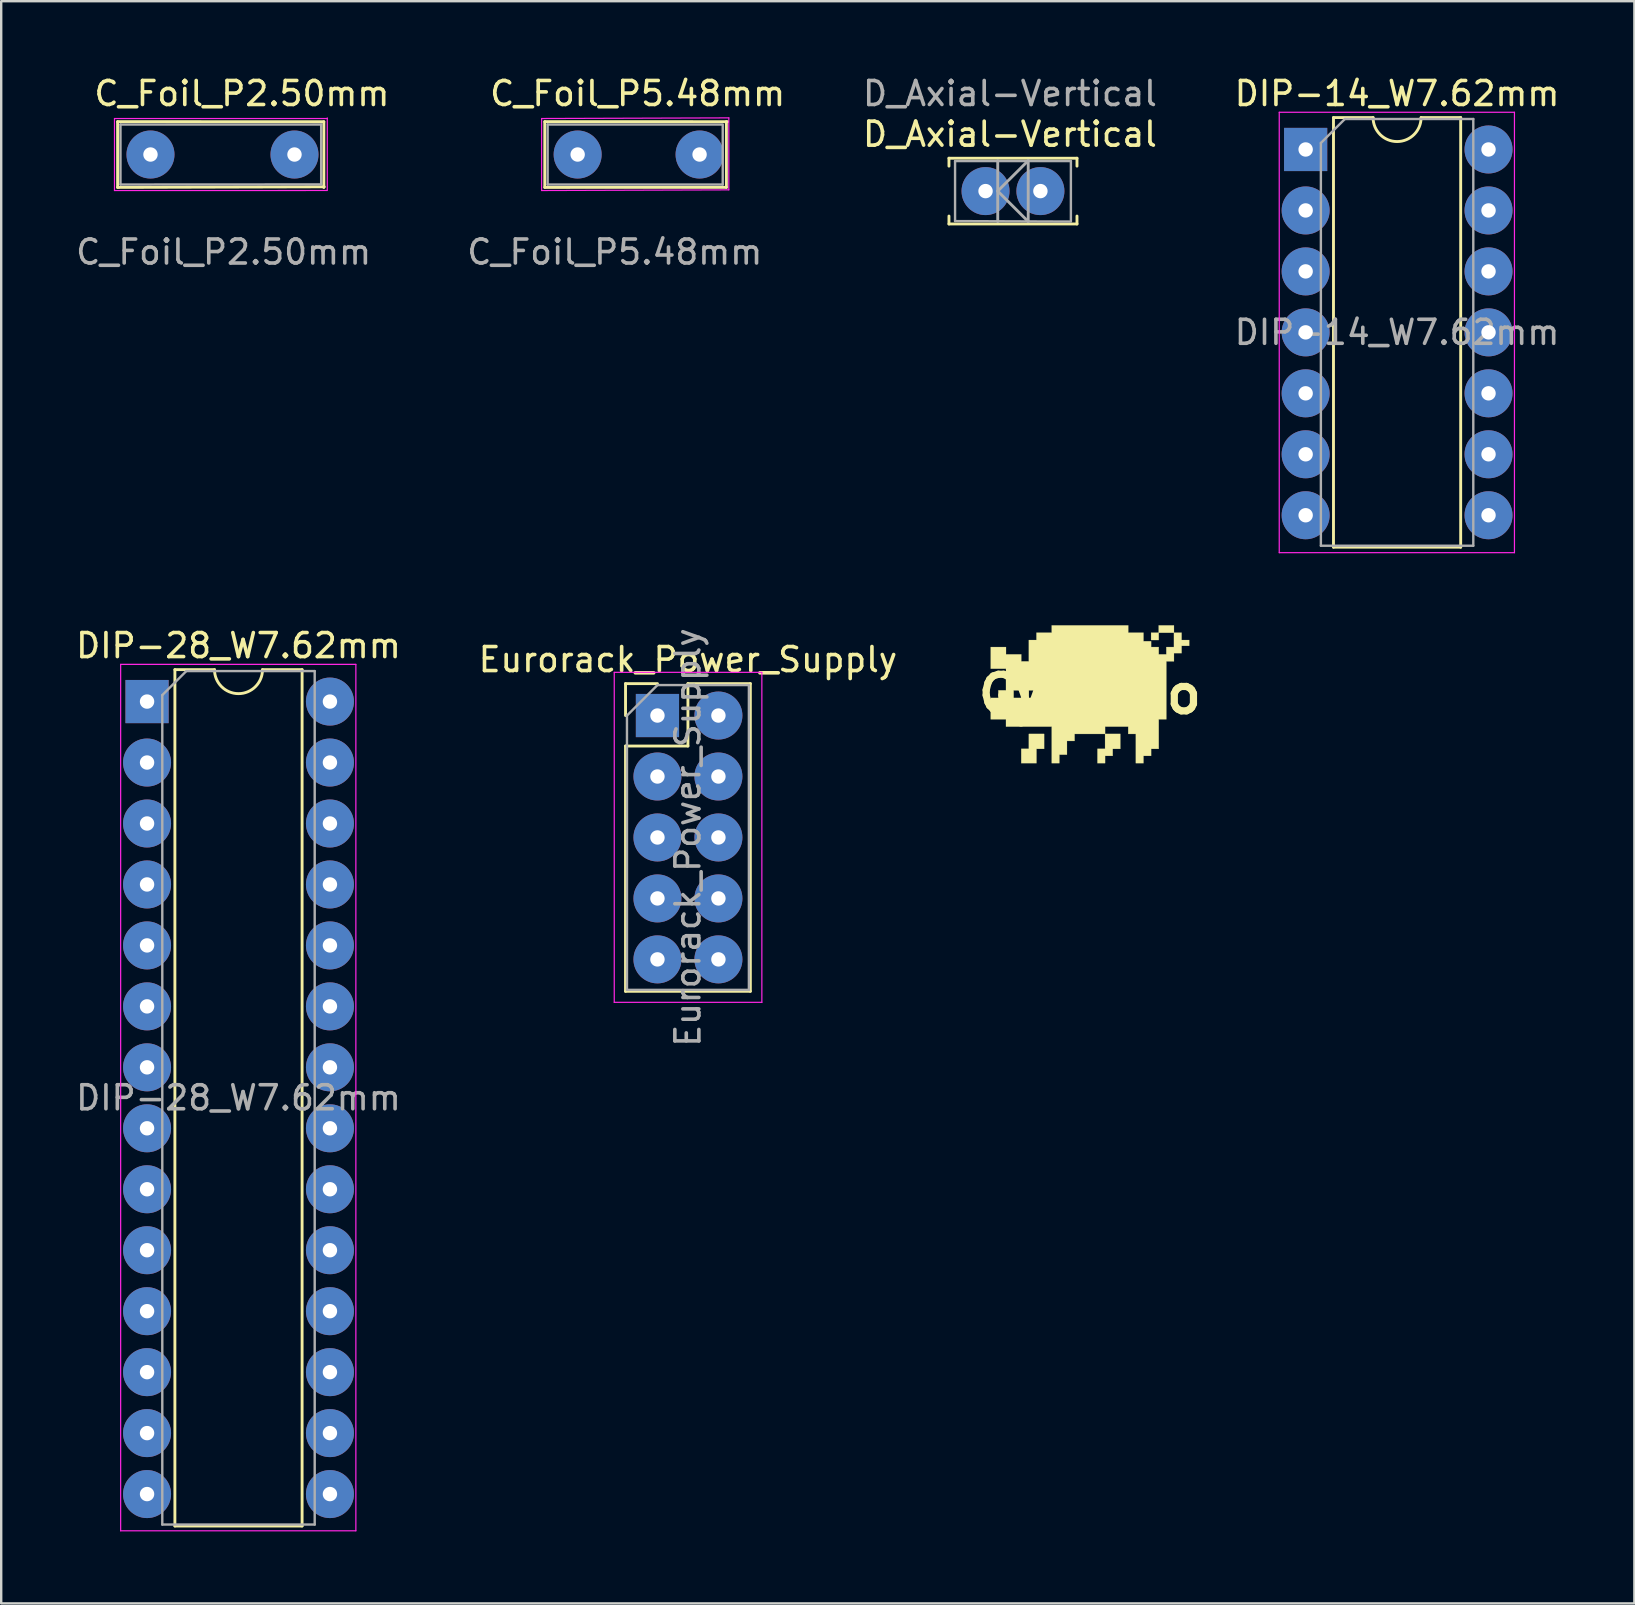
<source format=kicad_pcb>
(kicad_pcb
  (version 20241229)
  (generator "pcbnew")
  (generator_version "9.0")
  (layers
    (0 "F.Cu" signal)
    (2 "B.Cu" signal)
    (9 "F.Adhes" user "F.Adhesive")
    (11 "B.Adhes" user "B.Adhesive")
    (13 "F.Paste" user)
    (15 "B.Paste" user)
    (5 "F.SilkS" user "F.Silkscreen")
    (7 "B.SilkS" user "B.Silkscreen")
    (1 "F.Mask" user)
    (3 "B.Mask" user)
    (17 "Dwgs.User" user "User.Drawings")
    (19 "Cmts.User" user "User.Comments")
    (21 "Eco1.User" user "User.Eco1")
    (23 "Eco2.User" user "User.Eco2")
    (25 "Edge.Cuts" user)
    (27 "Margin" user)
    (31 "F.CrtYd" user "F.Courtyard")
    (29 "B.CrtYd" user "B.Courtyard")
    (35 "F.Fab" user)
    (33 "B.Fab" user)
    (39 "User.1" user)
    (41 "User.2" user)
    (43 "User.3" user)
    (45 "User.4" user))
  (footprint "Eurorack_Power_Supply"
    (layer "F.Cu")
    (at 24.343 26.763)
    (property "Reference" "Eurorack_Power_Supply" (at 1.27 -2.33 0) (layer "F.SilkS") (effects (font (size 1 1) (thickness 0.15))))
    (attr through_hole)
    (fp_line (start -1.33 -1.33) (end 0 -1.33) (stroke (width 0.12) (type solid)) (layer "F.SilkS"))
    (fp_line (start -1.33 0) (end -1.33 -1.33) (stroke (width 0.12) (type solid)) (layer "F.SilkS"))
    (fp_line (start -1.33 1.27) (end -1.33 11.49) (stroke (width 0.12) (type solid)) (layer "F.SilkS"))
    (fp_line (start -1.33 1.27) (end 1.27 1.27) (stroke (width 0.12) (type solid)) (layer "F.SilkS"))
    (fp_line (start -1.33 11.49) (end 3.87 11.49) (stroke (width 0.12) (type solid)) (layer "F.SilkS"))
    (fp_line (start 1.27 -1.33) (end 3.87 -1.33) (stroke (width 0.12) (type solid)) (layer "F.SilkS"))
    (fp_line (start 1.27 1.27) (end 1.27 -1.33) (stroke (width 0.12) (type solid)) (layer "F.SilkS"))
    (fp_line (start 3.87 -1.33) (end 3.87 11.49) (stroke (width 0.12) (type solid)) (layer "F.SilkS"))
    (fp_line (start -1.8 -1.8) (end -1.8 11.95) (stroke (width 0.05) (type solid)) (layer "F.CrtYd"))
    (fp_line (start -1.8 11.95) (end 4.35 11.95) (stroke (width 0.05) (type solid)) (layer "F.CrtYd"))
    (fp_line (start 4.35 -1.8) (end -1.8 -1.8) (stroke (width 0.05) (type solid)) (layer "F.CrtYd"))
    (fp_line (start 4.35 11.95) (end 4.35 -1.8) (stroke (width 0.05) (type solid)) (layer "F.CrtYd"))
    (fp_line (start -1.27 0) (end 0 -1.27) (stroke (width 0.1) (type solid)) (layer "F.Fab"))
    (fp_line (start -1.27 11.43) (end -1.27 0) (stroke (width 0.1) (type solid)) (layer "F.Fab"))
    (fp_line (start 0 -1.27) (end 3.81 -1.27) (stroke (width 0.1) (type solid)) (layer "F.Fab"))
    (fp_line (start 3.81 -1.27) (end 3.81 11.43) (stroke (width 0.1) (type solid)) (layer "F.Fab"))
    (fp_line (start 3.81 11.43) (end -1.27 11.43) (stroke (width 0.1) (type solid)) (layer "F.Fab"))
    (fp_text user "${REFERENCE}" (at 1.27 5.08 90) (layer "F.Fab") (effects (font (size 1 1) (thickness 0.15))))
    (pad "1" thru_hole rect (at 0 0) (size 1.8 1.8) (drill 0.6) (layers "*.Cu" "*.Mask"))
    (pad "2" thru_hole oval (at 2.54 0) (size 2 2) (drill 0.6) (layers "*.Cu" "*.Mask"))
    (pad "3" thru_hole oval (at 0 2.54) (size 2 2) (drill 0.6) (layers "*.Cu" "*.Mask"))
    (pad "4" thru_hole oval (at 2.54 2.54) (size 2 2) (drill 0.6) (layers "*.Cu" "*.Mask"))
    (pad "5" thru_hole oval (at 0 5.08) (size 2 2) (drill 0.6) (layers "*.Cu" "*.Mask"))
    (pad "6" thru_hole oval (at 2.54 5.08) (size 2 2) (drill 0.6) (layers "*.Cu" "*.Mask"))
    (pad "7" thru_hole oval (at 0 7.62) (size 2 2) (drill 0.6) (layers "*.Cu" "*.Mask"))
    (pad "8" thru_hole oval (at 2.54 7.62) (size 2 2) (drill 0.6) (layers "*.Cu" "*.Mask"))
    (pad "9" thru_hole oval (at 0 10.16) (size 2 2) (drill 0.6) (layers "*.Cu" "*.Mask"))
    (pad "10" thru_hole oval (at 2.54 10.16) (size 2 2) (drill 0.6) (layers "*.Cu" "*.Mask")))
  (footprint "Gyeszno"
    (layer "F.Cu")
    (at 42.358 25.878)
    (property "Reference" "Gyeszno" (at 0 0 0) (layer "F.SilkS") (effects (font (size 1.524 1.524) (thickness 0.3))))
    (attr through_hole)
    (fp_poly (pts (xy 2.87 -2.87) (xy 3.505 -2.87) (xy 3.505 -2.565) (xy 2.87 -2.565) (xy 2.87 -2.87)) (stroke (width 0.01) (type solid)) (fill yes) (layer "F.SilkS"))
    (fp_poly (pts (xy 2.87 -2.261) (xy 2.553 -2.261) (xy 2.553 -2.565) (xy 2.87 -2.565) (xy 2.87 -2.261)) (stroke (width 0.01) (type solid)) (fill yes) (layer "F.SilkS"))
    (fp_poly (pts (xy -1.905 2.273) (xy -2.223 2.273) (xy -2.223 2.87) (xy -2.857 2.87) (xy -2.857 2.273) (xy -2.54 2.273) (xy -2.54 1.651) (xy -1.905 1.651) (xy -1.905 2.273)) (stroke (width 0.01) (type solid)) (fill yes) (layer "F.SilkS"))
    (fp_poly (pts (xy 1.27 2.273) (xy 0.953 2.273) (xy 0.953 2.565) (xy 0.635 2.565) (xy 0.635 2.87) (xy 0.318 2.87) (xy 0.318 2.273) (xy 0.635 2.273) (xy 0.635 1.651) (xy 1.27 1.651) (xy 1.27 2.273)) (stroke (width 0.01) (type solid)) (fill yes) (layer "F.SilkS"))
    (fp_poly (pts (xy 1.6 -2.565) (xy 2.235 -2.565) (xy 2.235 -2.21) (xy 2.553 -2.21) (xy 2.553 -1.968) (xy 2.87 -1.968) (xy 2.87 -1.664) (xy 3.188 -1.664) (xy 3.188 -1.968) (xy 3.505 -1.968) (xy 3.505 -2.565) (xy 3.823 -2.565) (xy 3.823 -2.261) (xy 4.14 -2.261) (xy 4.14 -2.019) (xy 3.823 -2.019) (xy 3.823 -1.714) (xy 3.505 -1.714) (xy 3.505 -1.372) (xy 3.188 -1.372) (xy 3.188 1.041) (xy 2.87 1.041) (xy 2.87 2.273) (xy 2.553 2.273) (xy 2.553 2.565) (xy 2.235 2.565) (xy 2.235 2.87) (xy 1.918 2.87) (xy 1.918 1.651) (xy 1.6 1.651) (xy 1.6 1.346) (xy 0.635 1.346) (xy 0.635 1.651) (xy -0.635 1.651) (xy -0.635 1.943) (xy -0.953 1.943) (xy -0.953 2.515) (xy -1.27 2.515) (xy -1.27 2.87) (xy -1.587 2.87) (xy -1.587 1.346) (xy -3.493 1.346) (xy -3.493 1.041) (xy -4.128 1.041) (xy -4.128 0.152) (xy -3.81 0.152) (xy -3.81 -0.165) (xy -3.493 -0.165) (xy -3.175 -0.165) (xy -3.175 0.152) (xy -2.857 0.152) (xy -2.857 -0.165) (xy -2.54 -0.165) (xy -2.54 0.152) (xy -2.223 0.152) (xy -2.223 -0.165) (xy -2.54 -0.165) (xy -2.857 -0.165) (xy -3.175 -0.165) (xy -3.493 -0.165) (xy -3.493 -1.067) (xy -4.128 -1.067) (xy -4.128 -1.968) (xy -3.493 -1.968) (xy -3.493 -1.664) (xy -2.857 -1.664) (xy -2.857 -1.372) (xy -2.54 -1.372) (xy -2.54 -2.261) (xy -2.223 -2.261) (xy -2.223 -2.565) (xy -1.587 -2.565) (xy -1.587 -2.87) (xy 1.6 -2.87) (xy 1.6 -2.565)) (stroke (width 0.01) (type solid)) (fill yes) (layer "F.SilkS")))
  (footprint "C_Foil_P5.48mm"
    (layer "F.Cu")
    (at 21.018 3.388)
    (property "Reference" "C_Foil_P5.48mm" (at 2.5 -2.54 0) (layer "F.SilkS") (effects (font (size 1 1) (thickness 0.15))))
    (attr through_hole)
    (fp_line (start -1.37 -1.37) (end -1.37 1.37) (stroke (width 0.12) (type solid)) (layer "F.SilkS"))
    (fp_line (start -1.37 -1.37) (end 6.248 -1.368) (stroke (width 0.12) (type solid)) (layer "F.SilkS"))
    (fp_line (start -1.37 1.37) (end 6.198 1.368) (stroke (width 0.12) (type solid)) (layer "F.SilkS"))
    (fp_line (start 6.198 -1.372) (end 6.198 1.368) (stroke (width 0.12) (type solid)) (layer "F.SilkS"))
    (fp_line (start -1.5 -1.5) (end -1.5 1.5) (stroke (width 0.05) (type solid)) (layer "F.CrtYd"))
    (fp_line (start -1.5 1.5) (end 6.299 1.473) (stroke (width 0.05) (type solid)) (layer "F.CrtYd"))
    (fp_line (start 6.299 -1.527) (end -1.5 -1.5) (stroke (width 0.05) (type solid)) (layer "F.CrtYd"))
    (fp_line (start 6.299 1.473) (end 6.299 -1.527) (stroke (width 0.05) (type solid)) (layer "F.CrtYd"))
    (fp_line (start -1.25 -1.25) (end -1.25 1.25) (stroke (width 0.1) (type solid)) (layer "F.Fab"))
    (fp_line (start -1.25 1.25) (end 6.045 1.25) (stroke (width 0.1) (type solid)) (layer "F.Fab"))
    (fp_line (start 5.994 -1.25) (end -1.25 -1.25) (stroke (width 0.1) (type solid)) (layer "F.Fab"))
    (fp_line (start 6.045 1.25) (end 6.045 -1.25) (stroke (width 0.1) (type solid)) (layer "F.Fab"))
    (fp_text user "${REFERENCE}" (at 1.548 4.064 0) (layer "F.Fab") (effects (font (size 1 1) (thickness 0.15))))
    (pad "1" thru_hole circle (at 0 0) (size 2 2) (drill 0.6) (layers "*.Cu" "*.Mask"))
    (pad "2" thru_hole circle (at 5.08 0) (size 2 2) (drill 0.6) (layers "*.Cu" "*.Mask")))
  (footprint "DIP-28_W7.62mm"
    (layer "F.Cu")
    (at 3.077 26.181)
    (property "Reference" "DIP-28_W7.62mm" (at 3.81 -2.33 0) (layer "F.SilkS") (effects (font (size 1 1) (thickness 0.15))))
    (attr through_hole)
    (fp_line (start 1.16 -1.33) (end 1.16 34.35) (stroke (width 0.12) (type solid)) (layer "F.SilkS"))
    (fp_line (start 1.16 34.35) (end 6.46 34.35) (stroke (width 0.12) (type solid)) (layer "F.SilkS"))
    (fp_line (start 2.81 -1.33) (end 1.16 -1.33) (stroke (width 0.12) (type solid)) (layer "F.SilkS"))
    (fp_line (start 6.46 -1.33) (end 4.81 -1.33) (stroke (width 0.12) (type solid)) (layer "F.SilkS"))
    (fp_line (start 6.46 34.35) (end 6.46 -1.33) (stroke (width 0.12) (type solid)) (layer "F.SilkS"))
    (fp_arc (start 4.81 -1.33) (mid 3.81 -0.33) (end 2.81 -1.33) (stroke (width 0.12) (type solid)) (layer "F.SilkS"))
    (fp_line (start -1.1 -1.55) (end -1.1 34.55) (stroke (width 0.05) (type solid)) (layer "F.CrtYd"))
    (fp_line (start -1.1 34.55) (end 8.7 34.55) (stroke (width 0.05) (type solid)) (layer "F.CrtYd"))
    (fp_line (start 8.7 -1.55) (end -1.1 -1.55) (stroke (width 0.05) (type solid)) (layer "F.CrtYd"))
    (fp_line (start 8.7 34.55) (end 8.7 -1.55) (stroke (width 0.05) (type solid)) (layer "F.CrtYd"))
    (fp_line (start 0.635 -0.27) (end 1.635 -1.27) (stroke (width 0.1) (type solid)) (layer "F.Fab"))
    (fp_line (start 0.635 34.29) (end 0.635 -0.27) (stroke (width 0.1) (type solid)) (layer "F.Fab"))
    (fp_line (start 1.635 -1.27) (end 6.985 -1.27) (stroke (width 0.1) (type solid)) (layer "F.Fab"))
    (fp_line (start 6.985 -1.27) (end 6.985 34.29) (stroke (width 0.1) (type solid)) (layer "F.Fab"))
    (fp_line (start 6.985 34.29) (end 0.635 34.29) (stroke (width 0.1) (type solid)) (layer "F.Fab"))
    (fp_text user "${REFERENCE}" (at 3.81 16.51 0) (layer "F.Fab") (effects (font (size 1 1) (thickness 0.15))))
    (pad "1" thru_hole rect (at 0 0) (size 1.8 1.8) (drill 0.6) (layers "*.Cu" "*.Mask"))
    (pad "2" thru_hole oval (at 0 2.54) (size 2 2) (drill 0.6) (layers "*.Cu" "*.Mask"))
    (pad "3" thru_hole oval (at 0 5.08) (size 2 2) (drill 0.6) (layers "*.Cu" "*.Mask"))
    (pad "4" thru_hole oval (at 0 7.62) (size 2 2) (drill 0.6) (layers "*.Cu" "*.Mask"))
    (pad "5" thru_hole oval (at 0 10.16) (size 2 2) (drill 0.6) (layers "*.Cu" "*.Mask"))
    (pad "6" thru_hole oval (at 0 12.7) (size 2 2) (drill 0.6) (layers "*.Cu" "*.Mask"))
    (pad "7" thru_hole oval (at 0 15.24) (size 2 2) (drill 0.6) (layers "*.Cu" "*.Mask"))
    (pad "8" thru_hole oval (at 0 17.78) (size 2 2) (drill 0.6) (layers "*.Cu" "*.Mask"))
    (pad "9" thru_hole oval (at 0 20.32) (size 2 2) (drill 0.6) (layers "*.Cu" "*.Mask"))
    (pad "10" thru_hole oval (at 0 22.86) (size 2 2) (drill 0.6) (layers "*.Cu" "*.Mask"))
    (pad "11" thru_hole oval (at 0 25.4) (size 2 2) (drill 0.6) (layers "*.Cu" "*.Mask"))
    (pad "12" thru_hole oval (at 0 27.94) (size 2 2) (drill 0.6) (layers "*.Cu" "*.Mask"))
    (pad "13" thru_hole oval (at 0 30.48) (size 2 2) (drill 0.6) (layers "*.Cu" "*.Mask"))
    (pad "14" thru_hole oval (at 0 33.02) (size 2 2) (drill 0.6) (layers "*.Cu" "*.Mask"))
    (pad "15" thru_hole oval (at 7.62 33.02) (size 2 2) (drill 0.6) (layers "*.Cu" "*.Mask"))
    (pad "16" thru_hole oval (at 7.62 30.48) (size 2 2) (drill 0.6) (layers "*.Cu" "*.Mask"))
    (pad "17" thru_hole oval (at 7.62 27.94) (size 2 2) (drill 0.6) (layers "*.Cu" "*.Mask"))
    (pad "18" thru_hole oval (at 7.62 25.4) (size 2 2) (drill 0.6) (layers "*.Cu" "*.Mask"))
    (pad "19" thru_hole oval (at 7.62 22.86) (size 2 2) (drill 0.6) (layers "*.Cu" "*.Mask"))
    (pad "20" thru_hole oval (at 7.62 20.32) (size 2 2) (drill 0.6) (layers "*.Cu" "*.Mask"))
    (pad "21" thru_hole oval (at 7.62 17.78) (size 2 2) (drill 0.6) (layers "*.Cu" "*.Mask"))
    (pad "22" thru_hole oval (at 7.62 15.24) (size 2 2) (drill 0.6) (layers "*.Cu" "*.Mask"))
    (pad "23" thru_hole oval (at 7.62 12.7) (size 2 2) (drill 0.6) (layers "*.Cu" "*.Mask"))
    (pad "24" thru_hole oval (at 7.62 10.16) (size 2 2) (drill 0.6) (layers "*.Cu" "*.Mask"))
    (pad "25" thru_hole oval (at 7.62 7.62) (size 2 2) (drill 0.6) (layers "*.Cu" "*.Mask"))
    (pad "26" thru_hole oval (at 7.62 5.08) (size 2 2) (drill 0.6) (layers "*.Cu" "*.Mask"))
    (pad "27" thru_hole oval (at 7.62 2.54) (size 2 2) (drill 0.6) (layers "*.Cu" "*.Mask"))
    (pad "28" thru_hole oval (at 7.62 0) (size 2 2) (drill 0.6) (layers "*.Cu" "*.Mask")))
  (footprint "DIP-14_W7.62mm"
    (layer "F.Cu")
    (at 51.35 3.178)
    (property "Reference" "DIP-14_W7.62mm" (at 3.81 -2.33 0) (layer "F.SilkS") (effects (font (size 1 1) (thickness 0.15))))
    (attr through_hole)
    (fp_line (start 1.16 -1.33) (end 1.16 16.57) (stroke (width 0.12) (type solid)) (layer "F.SilkS"))
    (fp_line (start 1.16 16.57) (end 6.46 16.57) (stroke (width 0.12) (type solid)) (layer "F.SilkS"))
    (fp_line (start 2.81 -1.33) (end 1.16 -1.33) (stroke (width 0.12) (type solid)) (layer "F.SilkS"))
    (fp_line (start 6.46 -1.33) (end 4.81 -1.33) (stroke (width 0.12) (type solid)) (layer "F.SilkS"))
    (fp_line (start 6.46 16.57) (end 6.46 -1.33) (stroke (width 0.12) (type solid)) (layer "F.SilkS"))
    (fp_arc (start 4.81 -1.33) (mid 3.81 -0.33) (end 2.81 -1.33) (stroke (width 0.12) (type solid)) (layer "F.SilkS"))
    (fp_line (start -1.1 -1.55) (end -1.1 16.8) (stroke (width 0.05) (type solid)) (layer "F.CrtYd"))
    (fp_line (start -1.1 16.8) (end 8.7 16.8) (stroke (width 0.05) (type solid)) (layer "F.CrtYd"))
    (fp_line (start 8.7 -1.55) (end -1.1 -1.55) (stroke (width 0.05) (type solid)) (layer "F.CrtYd"))
    (fp_line (start 8.7 16.8) (end 8.7 -1.55) (stroke (width 0.05) (type solid)) (layer "F.CrtYd"))
    (fp_line (start 0.635 -0.27) (end 1.635 -1.27) (stroke (width 0.1) (type solid)) (layer "F.Fab"))
    (fp_line (start 0.635 16.51) (end 0.635 -0.27) (stroke (width 0.1) (type solid)) (layer "F.Fab"))
    (fp_line (start 1.635 -1.27) (end 6.985 -1.27) (stroke (width 0.1) (type solid)) (layer "F.Fab"))
    (fp_line (start 6.985 -1.27) (end 6.985 16.51) (stroke (width 0.1) (type solid)) (layer "F.Fab"))
    (fp_line (start 6.985 16.51) (end 0.635 16.51) (stroke (width 0.1) (type solid)) (layer "F.Fab"))
    (fp_text user "${REFERENCE}" (at 3.81 7.62 0) (layer "F.Fab") (effects (font (size 1 1) (thickness 0.15))))
    (pad "1" thru_hole rect (at 0 0) (size 1.8 1.8) (drill 0.6) (layers "*.Cu" "*.Mask"))
    (pad "2" thru_hole oval (at 0 2.54) (size 2 2) (drill 0.6) (layers "*.Cu" "*.Mask"))
    (pad "3" thru_hole oval (at 0 5.08) (size 2 2) (drill 0.6) (layers "*.Cu" "*.Mask"))
    (pad "4" thru_hole oval (at 0 7.62) (size 2 2) (drill 0.6) (layers "*.Cu" "*.Mask"))
    (pad "5" thru_hole oval (at 0 10.16) (size 2 2) (drill 0.6) (layers "*.Cu" "*.Mask"))
    (pad "6" thru_hole oval (at 0 12.7) (size 2 2) (drill 0.6) (layers "*.Cu" "*.Mask"))
    (pad "7" thru_hole oval (at 0 15.24) (size 2 2) (drill 0.6) (layers "*.Cu" "*.Mask"))
    (pad "8" thru_hole oval (at 7.62 15.24) (size 2 2) (drill 0.6) (layers "*.Cu" "*.Mask"))
    (pad "9" thru_hole oval (at 7.62 12.7) (size 2 2) (drill 0.6) (layers "*.Cu" "*.Mask"))
    (pad "10" thru_hole oval (at 7.62 10.16) (size 2 2) (drill 0.6) (layers "*.Cu" "*.Mask"))
    (pad "11" thru_hole oval (at 7.62 7.62) (size 2 2) (drill 0.6) (layers "*.Cu" "*.Mask"))
    (pad "12" thru_hole oval (at 7.62 5.08) (size 2 2) (drill 0.6) (layers "*.Cu" "*.Mask"))
    (pad "13" thru_hole oval (at 7.62 2.54) (size 2 2) (drill 0.6) (layers "*.Cu" "*.Mask"))
    (pad "14" thru_hole oval (at 7.62 0) (size 2 2) (drill 0.6) (layers "*.Cu" "*.Mask")))
  (footprint "D_Axial-Vertical"
    (layer "F.Cu")
    (at 38.013 4.912)
    (property "Reference" "D_Axial-Vertical" (at 1.016 -2.37 0) (layer "F.SilkS") (effects (font (size 1 1) (thickness 0.15))))
    (attr through_hole)
    (fp_line (start -1.524 -1.37) (end 3.81 -1.37) (stroke (width 0.12) (type solid)) (layer "F.SilkS"))
    (fp_line (start -1.524 -1.04) (end -1.524 -1.37) (stroke (width 0.12) (type solid)) (layer "F.SilkS"))
    (fp_line (start -1.524 1.04) (end -1.524 1.37) (stroke (width 0.12) (type solid)) (layer "F.SilkS"))
    (fp_line (start -1.524 1.37) (end 3.81 1.37) (stroke (width 0.12) (type solid)) (layer "F.SilkS"))
    (fp_line (start 3.81 -1.37) (end 3.81 -1.04) (stroke (width 0.12) (type solid)) (layer "F.SilkS"))
    (fp_line (start 3.81 1.37) (end 3.81 1.04) (stroke (width 0.12) (type solid)) (layer "F.SilkS"))
    (fp_line (start -1.27 -1.25) (end -1.27 1.25) (stroke (width 0.1) (type solid)) (layer "F.Fab"))
    (fp_line (start -1.27 1.25) (end 3.556 1.27) (stroke (width 0.1) (type solid)) (layer "F.Fab"))
    (fp_line (start 0.508 -1.27) (end 0.508 1.27) (stroke (width 0.12) (type solid)) (layer "F.Fab"))
    (fp_line (start 0.508 0) (end 1.778 -1.27) (stroke (width 0.12) (type solid)) (layer "F.Fab"))
    (fp_line (start 1.778 -1.27) (end 1.778 1.27) (stroke (width 0.12) (type solid)) (layer "F.Fab"))
    (fp_line (start 1.778 1.27) (end 0.508 0) (stroke (width 0.12) (type solid)) (layer "F.Fab"))
    (fp_line (start 3.556 -1.25) (end -1.27 -1.25) (stroke (width 0.1) (type solid)) (layer "F.Fab"))
    (fp_line (start 3.556 1.25) (end 3.556 -1.25) (stroke (width 0.1) (type solid)) (layer "F.Fab"))
    (fp_text user "${REFERENCE}" (at 1.016 -4.064 0) (layer "F.Fab") (effects (font (size 1 1) (thickness 0.15))))
    (pad "1" thru_hole circle (at 0 0) (size 2 2) (drill 0.6) (layers "*.Cu" "*.Mask"))
    (pad "2" thru_hole oval (at 2.286 0) (size 2 2) (drill 0.6) (layers "*.Cu" "*.Mask")))
  (footprint "C_Foil_P2.50mm"
    (layer "F.Cu")
    (at 3.22 3.388)
    (property "Reference" "C_Foil_P2.50mm" (at 3.81 -2.54 0) (layer "F.SilkS") (effects (font (size 1 1) (thickness 0.15))))
    (attr through_hole)
    (fp_line (start -1.37 -1.37) (end -1.37 1.37) (stroke (width 0.12) (type solid)) (layer "F.SilkS"))
    (fp_line (start -1.37 -1.37) (end 7.223 -1.366) (stroke (width 0.12) (type solid)) (layer "F.SilkS"))
    (fp_line (start -1.37 1.37) (end 7.239 1.346) (stroke (width 0.12) (type solid)) (layer "F.SilkS"))
    (fp_line (start 7.223 -1.366) (end 7.223 1.374) (stroke (width 0.12) (type solid)) (layer "F.SilkS"))
    (fp_line (start -1.5 -1.5) (end -1.5 1.5) (stroke (width 0.05) (type solid)) (layer "F.CrtYd"))
    (fp_line (start -1.5 1.5) (end 7.366 1.499) (stroke (width 0.05) (type solid)) (layer "F.CrtYd"))
    (fp_line (start 7.366 -1.499) (end -1.5 -1.5) (stroke (width 0.05) (type solid)) (layer "F.CrtYd"))
    (fp_line (start 7.366 1.476) (end 7.366 -1.524) (stroke (width 0.05) (type solid)) (layer "F.CrtYd"))
    (fp_line (start -1.25 -1.25) (end -1.25 1.25) (stroke (width 0.1) (type solid)) (layer "F.Fab"))
    (fp_line (start -1.25 1.25) (end 7.112 1.245) (stroke (width 0.1) (type solid)) (layer "F.Fab"))
    (fp_line (start 7.112 -1.25) (end -1.25 -1.25) (stroke (width 0.1) (type solid)) (layer "F.Fab"))
    (fp_line (start 7.112 1.25) (end 7.112 -1.25) (stroke (width 0.1) (type solid)) (layer "F.Fab"))
    (fp_text user "${REFERENCE}" (at 3.048 4.064 0) (layer "F.Fab") (effects (font (size 1 1) (thickness 0.15))))
    (pad "1" thru_hole circle (at 0 0) (size 2 2) (drill 0.6) (layers "*.Cu" "*.Mask"))
    (pad "2" thru_hole circle (at 6 0) (size 2 2) (drill 0.6) (layers "*.Cu" "*.Mask")))
  (gr_rect
    (start -3 -3)
    (end 65.047 63.757)
    (stroke (width 0.1) (type default))
    (fill no)
    (layer "Edge.Cuts")))
</source>
